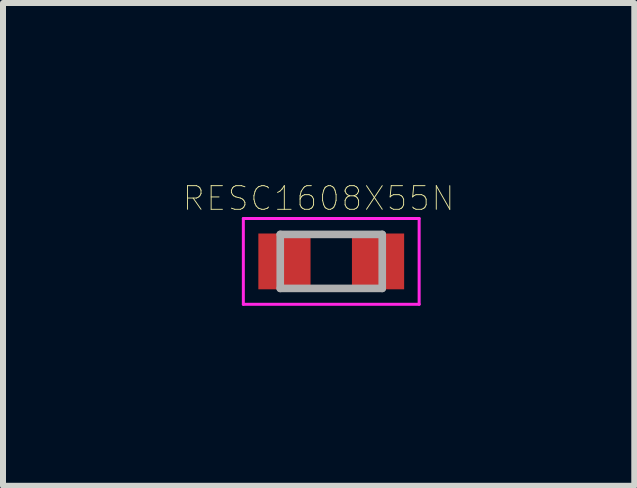
<source format=kicad_pcb>
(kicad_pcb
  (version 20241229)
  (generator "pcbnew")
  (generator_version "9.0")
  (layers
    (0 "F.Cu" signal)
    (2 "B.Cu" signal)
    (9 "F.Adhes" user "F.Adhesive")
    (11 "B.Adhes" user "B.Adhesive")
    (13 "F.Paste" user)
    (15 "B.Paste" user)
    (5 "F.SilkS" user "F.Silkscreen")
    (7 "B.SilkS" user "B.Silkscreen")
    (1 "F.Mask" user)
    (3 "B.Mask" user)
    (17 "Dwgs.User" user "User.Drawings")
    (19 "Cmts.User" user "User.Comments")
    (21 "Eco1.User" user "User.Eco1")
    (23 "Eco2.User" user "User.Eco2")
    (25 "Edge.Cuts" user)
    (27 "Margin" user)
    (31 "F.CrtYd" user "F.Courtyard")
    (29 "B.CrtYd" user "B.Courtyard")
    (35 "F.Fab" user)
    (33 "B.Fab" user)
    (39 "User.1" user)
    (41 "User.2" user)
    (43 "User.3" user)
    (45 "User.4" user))
  (footprint "RESC1608X55N"
    (layer "F.Cu")
    (at 2.471 1.307)
    (property "Reference" "RESC1608X55N" (at -0.21 -1.05 0) (layer "F.SilkS") (effects (font (size 0.394 0.394) (thickness 0.015))))
    (attr through_hole)
    (fp_line (start -1.465 -0.715) (end 1.465 -0.715) (stroke (width 0.05) (type solid)) (layer "F.CrtYd"))
    (fp_line (start -1.465 0.715) (end -1.465 -0.715) (stroke (width 0.05) (type solid)) (layer "F.CrtYd"))
    (fp_line (start -1.465 0.715) (end 1.465 0.715) (stroke (width 0.05) (type solid)) (layer "F.CrtYd"))
    (fp_line (start 1.465 0.715) (end 1.465 -0.715) (stroke (width 0.05) (type solid)) (layer "F.CrtYd"))
    (fp_line (start -0.85 0.45) (end -0.85 -0.45) (stroke (width 0.127) (type solid)) (layer "F.Fab"))
    (fp_line (start 0.85 -0.45) (end -0.85 -0.45) (stroke (width 0.127) (type solid)) (layer "F.Fab"))
    (fp_line (start 0.85 0.45) (end -0.85 0.45) (stroke (width 0.127) (type solid)) (layer "F.Fab"))
    (fp_line (start 0.85 0.45) (end 0.85 -0.45) (stroke (width 0.127) (type solid)) (layer "F.Fab"))
    (pad "1" smd rect (at -0.78 0) (size 0.87 0.93) (layers "F.Cu" "F.Mask" "F.Paste"))
    (pad "2" smd rect (at 0.78 0) (size 0.87 0.93) (layers "F.Cu" "F.Mask" "F.Paste")))
  (gr_rect
    (start -3 -3)
    (end 7.522 5.047)
    (stroke (width 0.1) (type default))
    (fill no)
    (layer "Edge.Cuts")))
</source>
